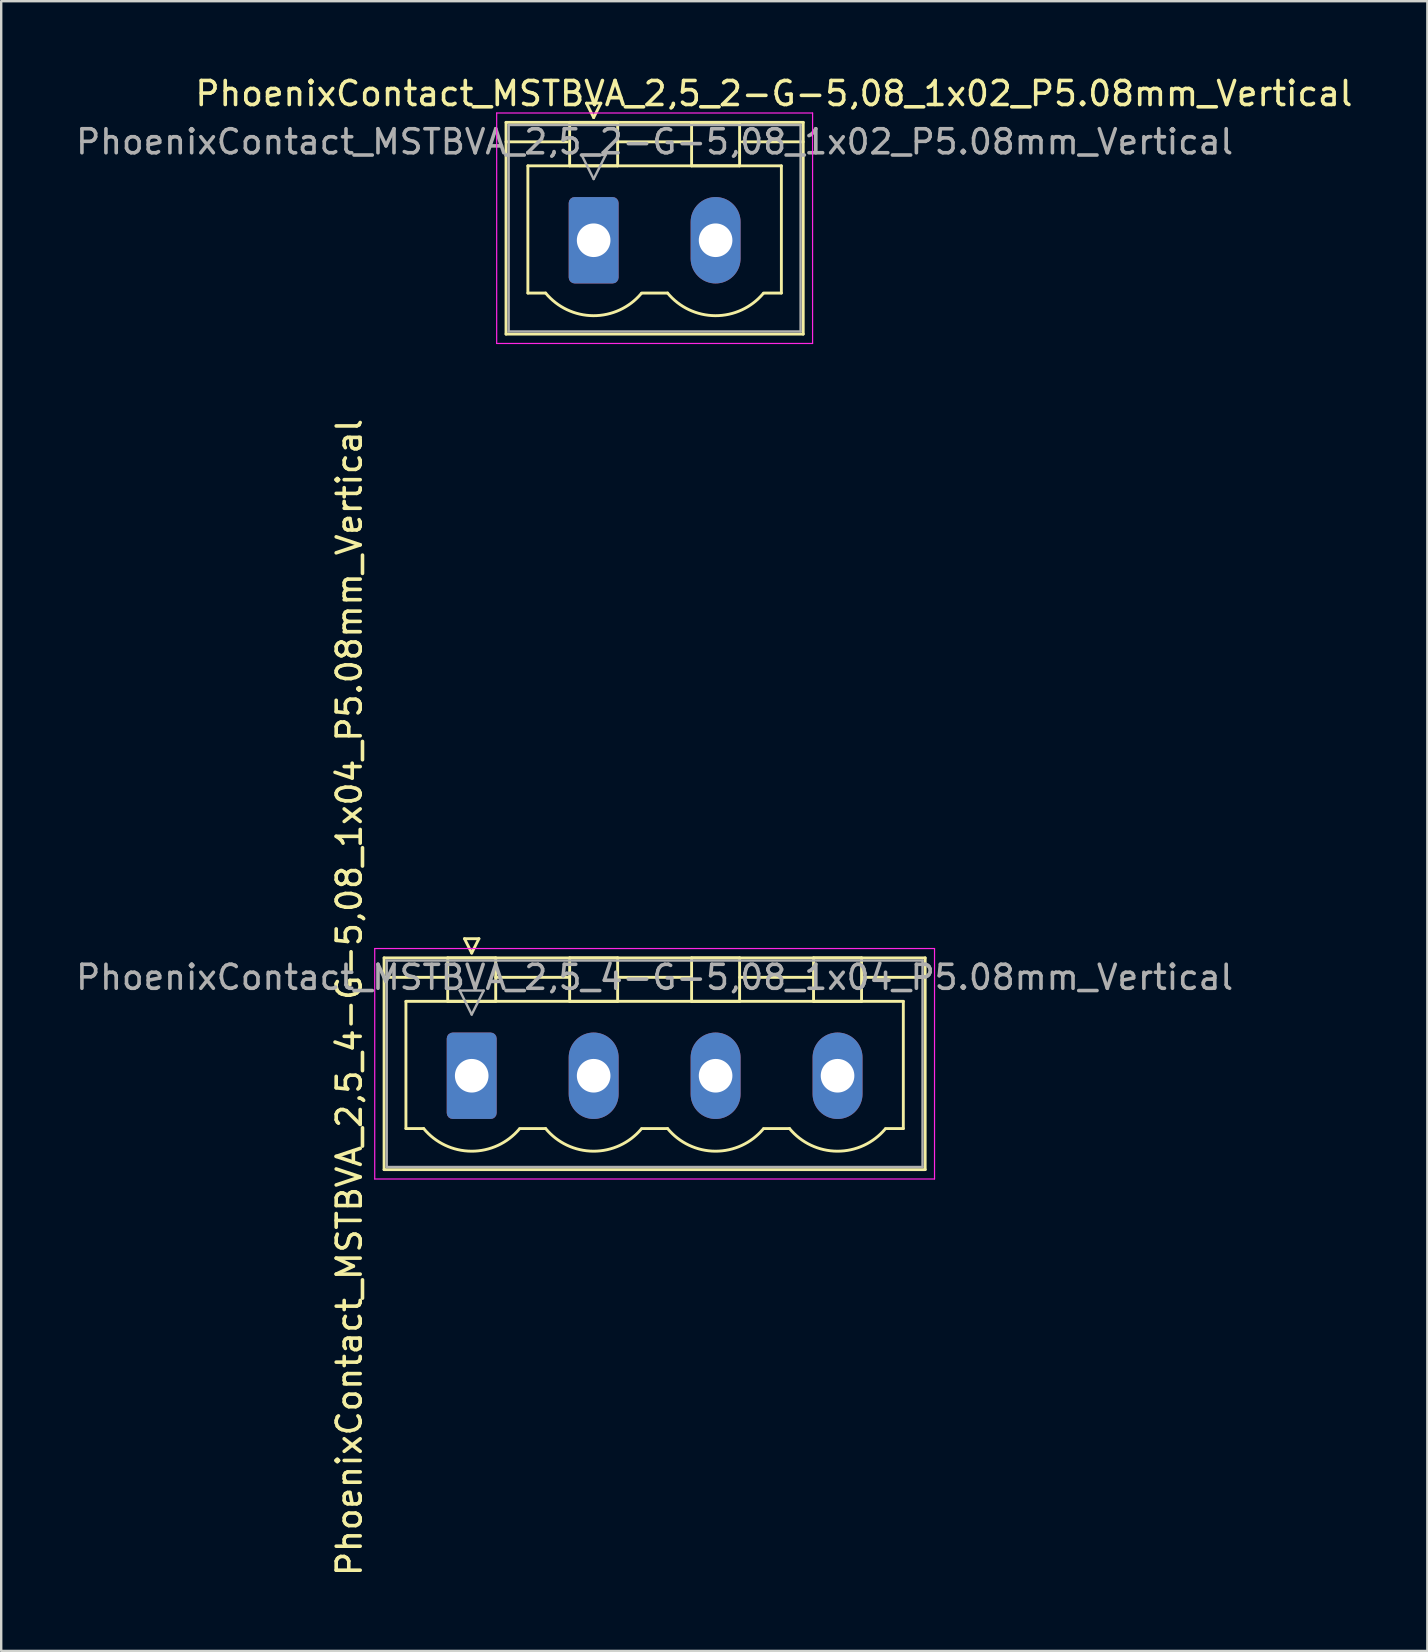
<source format=kicad_pcb>
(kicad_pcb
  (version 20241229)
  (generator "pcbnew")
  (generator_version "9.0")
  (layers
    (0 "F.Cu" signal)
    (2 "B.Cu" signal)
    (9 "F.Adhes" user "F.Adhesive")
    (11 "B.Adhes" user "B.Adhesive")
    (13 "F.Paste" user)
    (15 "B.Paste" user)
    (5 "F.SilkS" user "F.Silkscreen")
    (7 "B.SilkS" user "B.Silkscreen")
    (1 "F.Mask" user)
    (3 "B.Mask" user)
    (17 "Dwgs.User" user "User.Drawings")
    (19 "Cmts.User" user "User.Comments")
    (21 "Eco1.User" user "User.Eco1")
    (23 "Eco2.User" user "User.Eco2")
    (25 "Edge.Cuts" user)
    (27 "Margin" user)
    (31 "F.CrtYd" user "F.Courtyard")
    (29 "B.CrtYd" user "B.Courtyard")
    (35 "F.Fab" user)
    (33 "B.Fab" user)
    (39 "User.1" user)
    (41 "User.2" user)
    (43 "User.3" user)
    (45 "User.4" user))
  (footprint "PhoenixContact_MSTBVA_2,5_4-G-5,08_1x04_P5.08mm_Vertical"
    (layer "F.Cu")
    (at 16.6 41.763)
    (property "Reference" "PhoenixContact_MSTBVA_2,5_4-G-5,08_1x04_P5.08mm_Vertical" (at -5.1 -3.26 270) (layer "F.SilkS") (effects (font (size 1 1) (thickness 0.15))))
    (attr through_hole)
    (fp_line (start -3.65 -4.91) (end -3.65 3.91) (stroke (width 0.12) (type solid)) (layer "F.SilkS"))
    (fp_line (start -3.65 -4.1) (end -1.11 -4.1) (stroke (width 0.12) (type solid)) (layer "F.SilkS"))
    (fp_line (start -3.65 3.91) (end 18.89 3.91) (stroke (width 0.12) (type solid)) (layer "F.SilkS"))
    (fp_line (start -2.74 -3.1) (end 17.98 -3.1) (stroke (width 0.12) (type solid)) (layer "F.SilkS"))
    (fp_line (start -2.74 2.2) (end -2.74 -3.1) (stroke (width 0.12) (type solid)) (layer "F.SilkS"))
    (fp_line (start -2 2.2) (end -2.74 2.2) (stroke (width 0.12) (type solid)) (layer "F.SilkS"))
    (fp_line (start -1 -4.91) (end 1 -4.91) (stroke (width 0.12) (type solid)) (layer "F.SilkS"))
    (fp_line (start -1 -3.1) (end -1 -4.91) (stroke (width 0.12) (type solid)) (layer "F.SilkS"))
    (fp_line (start -0.3 -5.71) (end 0.3 -5.71) (stroke (width 0.12) (type solid)) (layer "F.SilkS"))
    (fp_line (start 0 -5.11) (end -0.3 -5.71) (stroke (width 0.12) (type solid)) (layer "F.SilkS"))
    (fp_line (start 0.3 -5.71) (end 0 -5.11) (stroke (width 0.12) (type solid)) (layer "F.SilkS"))
    (fp_line (start 1 -4.91) (end 1 -3.1) (stroke (width 0.12) (type solid)) (layer "F.SilkS"))
    (fp_line (start 1 -4.1) (end 4.08 -4.1) (stroke (width 0.12) (type solid)) (layer "F.SilkS"))
    (fp_line (start 1 -3.1) (end -1 -3.1) (stroke (width 0.12) (type solid)) (layer "F.SilkS"))
    (fp_line (start 2 2.2) (end 3.08 2.2) (stroke (width 0.12) (type solid)) (layer "F.SilkS"))
    (fp_line (start 4.08 -4.91) (end 6.08 -4.91) (stroke (width 0.12) (type solid)) (layer "F.SilkS"))
    (fp_line (start 4.08 -3.1) (end 4.08 -4.91) (stroke (width 0.12) (type solid)) (layer "F.SilkS"))
    (fp_line (start 6.08 -4.91) (end 6.08 -3.1) (stroke (width 0.12) (type solid)) (layer "F.SilkS"))
    (fp_line (start 6.08 -4.1) (end 9.16 -4.1) (stroke (width 0.12) (type solid)) (layer "F.SilkS"))
    (fp_line (start 6.08 -3.1) (end 4.08 -3.1) (stroke (width 0.12) (type solid)) (layer "F.SilkS"))
    (fp_line (start 7.08 2.2) (end 8.16 2.2) (stroke (width 0.12) (type solid)) (layer "F.SilkS"))
    (fp_line (start 9.16 -4.91) (end 11.16 -4.91) (stroke (width 0.12) (type solid)) (layer "F.SilkS"))
    (fp_line (start 9.16 -3.1) (end 9.16 -4.91) (stroke (width 0.12) (type solid)) (layer "F.SilkS"))
    (fp_line (start 11.16 -4.91) (end 11.16 -3.1) (stroke (width 0.12) (type solid)) (layer "F.SilkS"))
    (fp_line (start 11.16 -4.1) (end 14.24 -4.1) (stroke (width 0.12) (type solid)) (layer "F.SilkS"))
    (fp_line (start 11.16 -3.1) (end 9.16 -3.1) (stroke (width 0.12) (type solid)) (layer "F.SilkS"))
    (fp_line (start 12.16 2.2) (end 13.24 2.2) (stroke (width 0.12) (type solid)) (layer "F.SilkS"))
    (fp_line (start 14.24 -4.91) (end 16.24 -4.91) (stroke (width 0.12) (type solid)) (layer "F.SilkS"))
    (fp_line (start 14.24 -3.1) (end 14.24 -4.91) (stroke (width 0.12) (type solid)) (layer "F.SilkS"))
    (fp_line (start 16.24 -4.91) (end 16.24 -3.1) (stroke (width 0.12) (type solid)) (layer "F.SilkS"))
    (fp_line (start 16.24 -3.1) (end 14.24 -3.1) (stroke (width 0.12) (type solid)) (layer "F.SilkS"))
    (fp_line (start 17.98 -3.1) (end 17.98 2.2) (stroke (width 0.12) (type solid)) (layer "F.SilkS"))
    (fp_line (start 17.98 2.2) (end 17.24 2.2) (stroke (width 0.12) (type solid)) (layer "F.SilkS"))
    (fp_line (start 18.89 -4.91) (end -3.65 -4.91) (stroke (width 0.12) (type solid)) (layer "F.SilkS"))
    (fp_line (start 18.89 -4.1) (end 16.35 -4.1) (stroke (width 0.12) (type solid)) (layer "F.SilkS"))
    (fp_line (start 18.89 3.91) (end 18.89 -4.91) (stroke (width 0.12) (type solid)) (layer "F.SilkS"))
    (fp_arc (start 1.986842 2.215821) (mid -0.010289 3.142758) (end -2 2.2) (stroke (width 0.12) (type solid)) (layer "F.SilkS"))
    (fp_arc (start 7.066842 2.215821) (mid 5.069711 3.142758) (end 3.08 2.2) (stroke (width 0.12) (type solid)) (layer "F.SilkS"))
    (fp_arc (start 12.146842 2.215821) (mid 10.149711 3.142758) (end 8.16 2.2) (stroke (width 0.12) (type solid)) (layer "F.SilkS"))
    (fp_arc (start 17.226842 2.215821) (mid 15.229711 3.142758) (end 13.24 2.2) (stroke (width 0.12) (type solid)) (layer "F.SilkS"))
    (fp_line (start -4.04 -5.3) (end -4.04 4.3) (stroke (width 0.05) (type solid)) (layer "F.CrtYd"))
    (fp_line (start -4.04 4.3) (end 19.28 4.3) (stroke (width 0.05) (type solid)) (layer "F.CrtYd"))
    (fp_line (start 19.28 -5.3) (end -4.04 -5.3) (stroke (width 0.05) (type solid)) (layer "F.CrtYd"))
    (fp_line (start 19.28 4.3) (end 19.28 -5.3) (stroke (width 0.05) (type solid)) (layer "F.CrtYd"))
    (fp_line (start -3.54 -4.8) (end -3.54 3.8) (stroke (width 0.1) (type solid)) (layer "F.Fab"))
    (fp_line (start -3.54 3.8) (end 18.78 3.8) (stroke (width 0.1) (type solid)) (layer "F.Fab"))
    (fp_line (start -0.5 -3.55) (end 0.5 -3.55) (stroke (width 0.1) (type solid)) (layer "F.Fab"))
    (fp_line (start 0 -2.55) (end -0.5 -3.55) (stroke (width 0.1) (type solid)) (layer "F.Fab"))
    (fp_line (start 0.5 -3.55) (end 0 -2.55) (stroke (width 0.1) (type solid)) (layer "F.Fab"))
    (fp_line (start 18.78 -4.8) (end -3.54 -4.8) (stroke (width 0.1) (type solid)) (layer "F.Fab"))
    (fp_line (start 18.78 3.8) (end 18.78 -4.8) (stroke (width 0.1) (type solid)) (layer "F.Fab"))
    (fp_text user "${REFERENCE}" (at 7.62 -4.1 180) (layer "F.Fab") (effects (font (size 1 1) (thickness 0.15))))
    (pad "1" thru_hole roundrect (at 0 0) (size 2.08 3.6) (drill 1.4) (layers "*.Cu" "*.Mask") (roundrect_rratio 0.12))
    (pad "2" thru_hole oval (at 5.08 0) (size 2.08 3.6) (drill 1.4) (layers "*.Cu" "*.Mask"))
    (pad "3" thru_hole oval (at 10.16 0) (size 2.08 3.6) (drill 1.4) (layers "*.Cu" "*.Mask"))
    (pad "4" thru_hole oval (at 15.24 0) (size 2.08 3.6) (drill 1.4) (layers "*.Cu" "*.Mask")))
  (footprint "PhoenixContact_MSTBVA_2,5_2-G-5,08_1x02_P5.08mm_Vertical"
    (layer "F.Cu")
    (at 21.68 6.958)
    (property "Reference" "PhoenixContact_MSTBVA_2,5_2-G-5,08_1x02_P5.08mm_Vertical" (at 7.51 -6.11 0) (layer "F.SilkS") (effects (font (size 1 1) (thickness 0.15))))
    (attr through_hole)
    (fp_line (start -3.65 -4.91) (end -3.65 3.91) (stroke (width 0.12) (type solid)) (layer "F.SilkS"))
    (fp_line (start -3.65 -4.1) (end -1.11 -4.1) (stroke (width 0.12) (type solid)) (layer "F.SilkS"))
    (fp_line (start -3.65 3.91) (end 8.73 3.91) (stroke (width 0.12) (type solid)) (layer "F.SilkS"))
    (fp_line (start -2.74 -3.1) (end 7.82 -3.1) (stroke (width 0.12) (type solid)) (layer "F.SilkS"))
    (fp_line (start -2.74 2.2) (end -2.74 -3.1) (stroke (width 0.12) (type solid)) (layer "F.SilkS"))
    (fp_line (start -2 2.2) (end -2.74 2.2) (stroke (width 0.12) (type solid)) (layer "F.SilkS"))
    (fp_line (start -1 -4.91) (end 1 -4.91) (stroke (width 0.12) (type solid)) (layer "F.SilkS"))
    (fp_line (start -1 -3.1) (end -1 -4.91) (stroke (width 0.12) (type solid)) (layer "F.SilkS"))
    (fp_line (start -0.3 -5.71) (end 0.3 -5.71) (stroke (width 0.12) (type solid)) (layer "F.SilkS"))
    (fp_line (start 0 -5.11) (end -0.3 -5.71) (stroke (width 0.12) (type solid)) (layer "F.SilkS"))
    (fp_line (start 0.3 -5.71) (end 0 -5.11) (stroke (width 0.12) (type solid)) (layer "F.SilkS"))
    (fp_line (start 1 -4.91) (end 1 -3.1) (stroke (width 0.12) (type solid)) (layer "F.SilkS"))
    (fp_line (start 1 -4.1) (end 4.08 -4.1) (stroke (width 0.12) (type solid)) (layer "F.SilkS"))
    (fp_line (start 1 -3.1) (end -1 -3.1) (stroke (width 0.12) (type solid)) (layer "F.SilkS"))
    (fp_line (start 2 2.2) (end 3.08 2.2) (stroke (width 0.12) (type solid)) (layer "F.SilkS"))
    (fp_line (start 4.08 -4.91) (end 6.08 -4.91) (stroke (width 0.12) (type solid)) (layer "F.SilkS"))
    (fp_line (start 4.08 -3.1) (end 4.08 -4.91) (stroke (width 0.12) (type solid)) (layer "F.SilkS"))
    (fp_line (start 6.08 -4.91) (end 6.08 -3.1) (stroke (width 0.12) (type solid)) (layer "F.SilkS"))
    (fp_line (start 6.08 -3.1) (end 4.08 -3.1) (stroke (width 0.12) (type solid)) (layer "F.SilkS"))
    (fp_line (start 7.82 -3.1) (end 7.82 2.2) (stroke (width 0.12) (type solid)) (layer "F.SilkS"))
    (fp_line (start 7.82 2.2) (end 7.08 2.2) (stroke (width 0.12) (type solid)) (layer "F.SilkS"))
    (fp_line (start 8.73 -4.91) (end -3.65 -4.91) (stroke (width 0.12) (type solid)) (layer "F.SilkS"))
    (fp_line (start 8.73 -4.1) (end 6.19 -4.1) (stroke (width 0.12) (type solid)) (layer "F.SilkS"))
    (fp_line (start 8.73 3.91) (end 8.73 -4.91) (stroke (width 0.12) (type solid)) (layer "F.SilkS"))
    (fp_arc (start 1.986842 2.215821) (mid -0.010289 3.142758) (end -2 2.2) (stroke (width 0.12) (type solid)) (layer "F.SilkS"))
    (fp_arc (start 7.066842 2.215821) (mid 5.069711 3.142758) (end 3.08 2.2) (stroke (width 0.12) (type solid)) (layer "F.SilkS"))
    (fp_line (start -4.04 -5.3) (end -4.04 4.3) (stroke (width 0.05) (type solid)) (layer "F.CrtYd"))
    (fp_line (start -4.04 4.3) (end 9.12 4.3) (stroke (width 0.05) (type solid)) (layer "F.CrtYd"))
    (fp_line (start 9.12 -5.3) (end -4.04 -5.3) (stroke (width 0.05) (type solid)) (layer "F.CrtYd"))
    (fp_line (start 9.12 4.3) (end 9.12 -5.3) (stroke (width 0.05) (type solid)) (layer "F.CrtYd"))
    (fp_line (start -3.54 -4.8) (end -3.54 3.8) (stroke (width 0.1) (type solid)) (layer "F.Fab"))
    (fp_line (start -3.54 3.8) (end 8.62 3.8) (stroke (width 0.1) (type solid)) (layer "F.Fab"))
    (fp_line (start -0.5 -3.55) (end 0.5 -3.55) (stroke (width 0.1) (type solid)) (layer "F.Fab"))
    (fp_line (start 0 -2.55) (end -0.5 -3.55) (stroke (width 0.1) (type solid)) (layer "F.Fab"))
    (fp_line (start 0.5 -3.55) (end 0 -2.55) (stroke (width 0.1) (type solid)) (layer "F.Fab"))
    (fp_line (start 8.62 -4.8) (end -3.54 -4.8) (stroke (width 0.1) (type solid)) (layer "F.Fab"))
    (fp_line (start 8.62 3.8) (end 8.62 -4.8) (stroke (width 0.1) (type solid)) (layer "F.Fab"))
    (fp_text user "${REFERENCE}" (at 2.54 -4.1 0) (layer "F.Fab") (effects (font (size 1 1) (thickness 0.15))))
    (pad "1" thru_hole roundrect (at 0 0) (size 2.08 3.6) (drill 1.4) (layers "*.Cu" "*.Mask") (roundrect_rratio 0.12))
    (pad "2" thru_hole oval (at 5.08 0) (size 2.08 3.6) (drill 1.4) (layers "*.Cu" "*.Mask")))
  (gr_rect
    (start -3 -3)
    (end 56.41 65.724)
    (stroke (width 0.1) (type default))
    (fill no)
    (layer "Edge.Cuts")))
</source>
